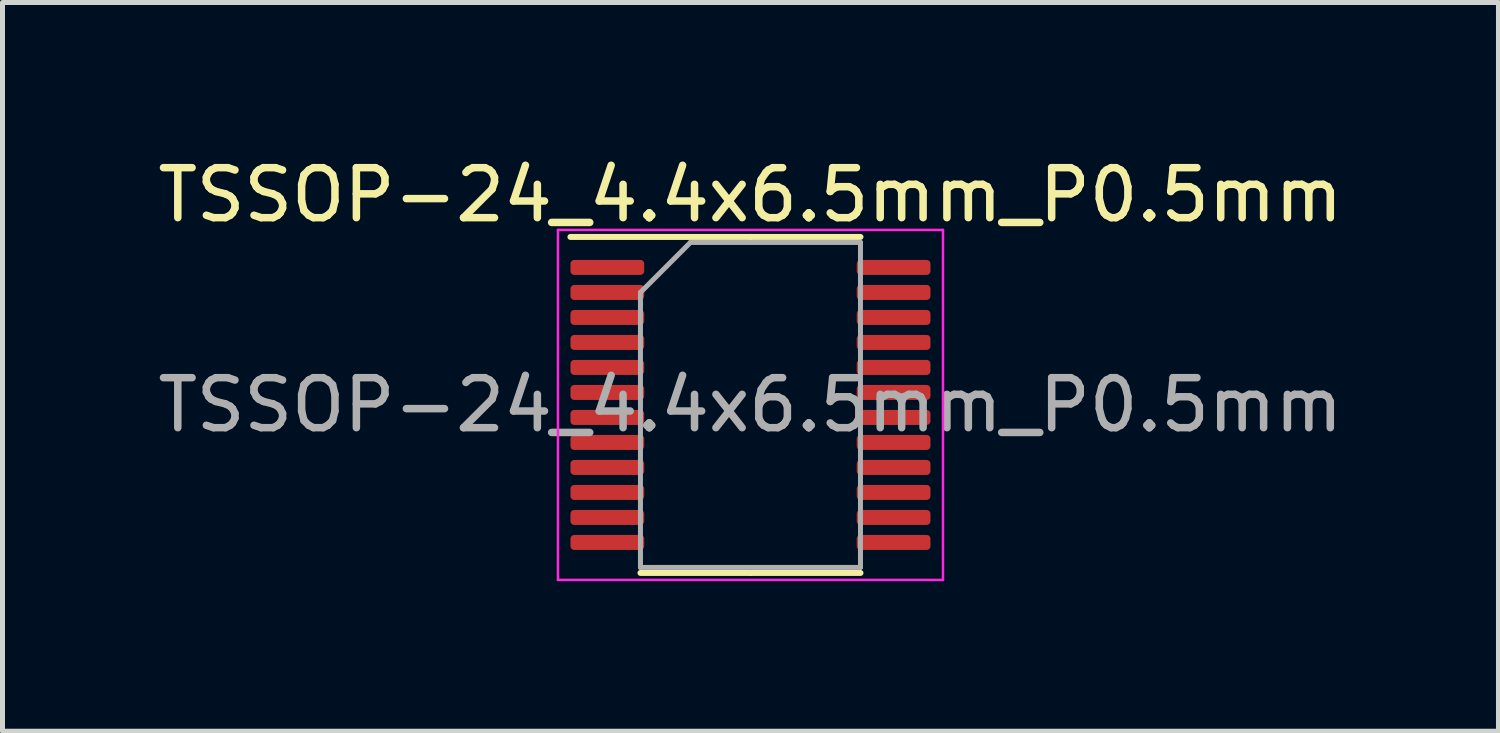
<source format=kicad_pcb>
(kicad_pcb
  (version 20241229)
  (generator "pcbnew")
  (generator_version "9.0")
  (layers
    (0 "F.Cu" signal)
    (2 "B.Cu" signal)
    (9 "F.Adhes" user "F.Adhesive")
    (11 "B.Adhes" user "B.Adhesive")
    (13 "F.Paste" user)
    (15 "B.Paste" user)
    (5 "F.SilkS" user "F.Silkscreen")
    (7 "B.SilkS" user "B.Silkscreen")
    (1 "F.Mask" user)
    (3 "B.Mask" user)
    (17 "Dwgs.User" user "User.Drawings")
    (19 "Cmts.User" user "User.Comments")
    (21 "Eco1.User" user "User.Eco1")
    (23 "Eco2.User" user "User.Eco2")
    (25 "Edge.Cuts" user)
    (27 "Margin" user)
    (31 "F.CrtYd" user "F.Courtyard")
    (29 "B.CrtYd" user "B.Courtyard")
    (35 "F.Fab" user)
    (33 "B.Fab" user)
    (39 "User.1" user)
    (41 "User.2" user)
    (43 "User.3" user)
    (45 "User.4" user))
  (footprint "TSSOP-24_4.4x6.5mm_P0.5mm"
    (layer "F.Cu")
    (at 11.958 5.048)
    (property "Reference" "TSSOP-24_4.4x6.5mm_P0.5mm" (at 0 -4.2 0) (layer "F.SilkS") (effects (font (size 1 1) (thickness 0.15))))
    (attr smd)
    (fp_line (start 0 -3.36) (end -3.6 -3.36) (stroke (width 0.12) (type solid)) (layer "F.SilkS"))
    (fp_line (start 0 -3.36) (end 2.2 -3.36) (stroke (width 0.12) (type solid)) (layer "F.SilkS"))
    (fp_line (start 0 3.36) (end -2.2 3.36) (stroke (width 0.12) (type solid)) (layer "F.SilkS"))
    (fp_line (start 0 3.36) (end 2.2 3.36) (stroke (width 0.12) (type solid)) (layer "F.SilkS"))
    (fp_line (start -3.85 -3.5) (end -3.85 3.5) (stroke (width 0.05) (type solid)) (layer "F.CrtYd"))
    (fp_line (start -3.85 3.5) (end 3.85 3.5) (stroke (width 0.05) (type solid)) (layer "F.CrtYd"))
    (fp_line (start 3.85 -3.5) (end -3.85 -3.5) (stroke (width 0.05) (type solid)) (layer "F.CrtYd"))
    (fp_line (start 3.85 3.5) (end 3.85 -3.5) (stroke (width 0.05) (type solid)) (layer "F.CrtYd"))
    (fp_line (start -2.2 -2.25) (end -1.2 -3.25) (stroke (width 0.1) (type solid)) (layer "F.Fab"))
    (fp_line (start -2.2 3.25) (end -2.2 -2.25) (stroke (width 0.1) (type solid)) (layer "F.Fab"))
    (fp_line (start -1.2 -3.25) (end 2.2 -3.25) (stroke (width 0.1) (type solid)) (layer "F.Fab"))
    (fp_line (start 2.2 -3.25) (end 2.2 3.25) (stroke (width 0.1) (type solid)) (layer "F.Fab"))
    (fp_line (start 2.2 3.25) (end -2.2 3.25) (stroke (width 0.1) (type solid)) (layer "F.Fab"))
    (fp_text user "${REFERENCE}" (at 0 0 0) (layer "F.Fab") (effects (font (size 1 1) (thickness 0.15))))
    (pad "1" smd roundrect (at -2.862 -2.75) (size 1.475 0.3) (layers "F.Cu" "F.Mask" "F.Paste") (roundrect_rratio 0.25))
    (pad "2" smd roundrect (at -2.862 -2.25) (size 1.475 0.3) (layers "F.Cu" "F.Mask" "F.Paste") (roundrect_rratio 0.25))
    (pad "3" smd roundrect (at -2.862 -1.75) (size 1.475 0.3) (layers "F.Cu" "F.Mask" "F.Paste") (roundrect_rratio 0.25))
    (pad "4" smd roundrect (at -2.862 -1.25) (size 1.475 0.3) (layers "F.Cu" "F.Mask" "F.Paste") (roundrect_rratio 0.25))
    (pad "5" smd roundrect (at -2.862 -0.75) (size 1.475 0.3) (layers "F.Cu" "F.Mask" "F.Paste") (roundrect_rratio 0.25))
    (pad "6" smd roundrect (at -2.862 -0.25) (size 1.475 0.3) (layers "F.Cu" "F.Mask" "F.Paste") (roundrect_rratio 0.25))
    (pad "7" smd roundrect (at -2.862 0.25) (size 1.475 0.3) (layers "F.Cu" "F.Mask" "F.Paste") (roundrect_rratio 0.25))
    (pad "8" smd roundrect (at -2.862 0.75) (size 1.475 0.3) (layers "F.Cu" "F.Mask" "F.Paste") (roundrect_rratio 0.25))
    (pad "9" smd roundrect (at -2.862 1.25) (size 1.475 0.3) (layers "F.Cu" "F.Mask" "F.Paste") (roundrect_rratio 0.25))
    (pad "10" smd roundrect (at -2.862 1.75) (size 1.475 0.3) (layers "F.Cu" "F.Mask" "F.Paste") (roundrect_rratio 0.25))
    (pad "11" smd roundrect (at -2.862 2.25) (size 1.475 0.3) (layers "F.Cu" "F.Mask" "F.Paste") (roundrect_rratio 0.25))
    (pad "12" smd roundrect (at -2.862 2.75) (size 1.475 0.3) (layers "F.Cu" "F.Mask" "F.Paste") (roundrect_rratio 0.25))
    (pad "13" smd roundrect (at 2.862 2.75) (size 1.475 0.3) (layers "F.Cu" "F.Mask" "F.Paste") (roundrect_rratio 0.25))
    (pad "14" smd roundrect (at 2.862 2.25) (size 1.475 0.3) (layers "F.Cu" "F.Mask" "F.Paste") (roundrect_rratio 0.25))
    (pad "15" smd roundrect (at 2.862 1.75) (size 1.475 0.3) (layers "F.Cu" "F.Mask" "F.Paste") (roundrect_rratio 0.25))
    (pad "16" smd roundrect (at 2.862 1.25) (size 1.475 0.3) (layers "F.Cu" "F.Mask" "F.Paste") (roundrect_rratio 0.25))
    (pad "17" smd roundrect (at 2.862 0.75) (size 1.475 0.3) (layers "F.Cu" "F.Mask" "F.Paste") (roundrect_rratio 0.25))
    (pad "18" smd roundrect (at 2.862 0.25) (size 1.475 0.3) (layers "F.Cu" "F.Mask" "F.Paste") (roundrect_rratio 0.25))
    (pad "19" smd roundrect (at 2.862 -0.25) (size 1.475 0.3) (layers "F.Cu" "F.Mask" "F.Paste") (roundrect_rratio 0.25))
    (pad "20" smd roundrect (at 2.862 -0.75) (size 1.475 0.3) (layers "F.Cu" "F.Mask" "F.Paste") (roundrect_rratio 0.25))
    (pad "21" smd roundrect (at 2.862 -1.25) (size 1.475 0.3) (layers "F.Cu" "F.Mask" "F.Paste") (roundrect_rratio 0.25))
    (pad "22" smd roundrect (at 2.862 -1.75) (size 1.475 0.3) (layers "F.Cu" "F.Mask" "F.Paste") (roundrect_rratio 0.25))
    (pad "23" smd roundrect (at 2.862 -2.25) (size 1.475 0.3) (layers "F.Cu" "F.Mask" "F.Paste") (roundrect_rratio 0.25))
    (pad "24" smd roundrect (at 2.862 -2.75) (size 1.475 0.3) (layers "F.Cu" "F.Mask" "F.Paste") (roundrect_rratio 0.25)))
  (gr_rect
    (start -3 -3)
    (end 26.917 11.573)
    (stroke (width 0.1) (type default))
    (fill no)
    (layer "Edge.Cuts")))
</source>
